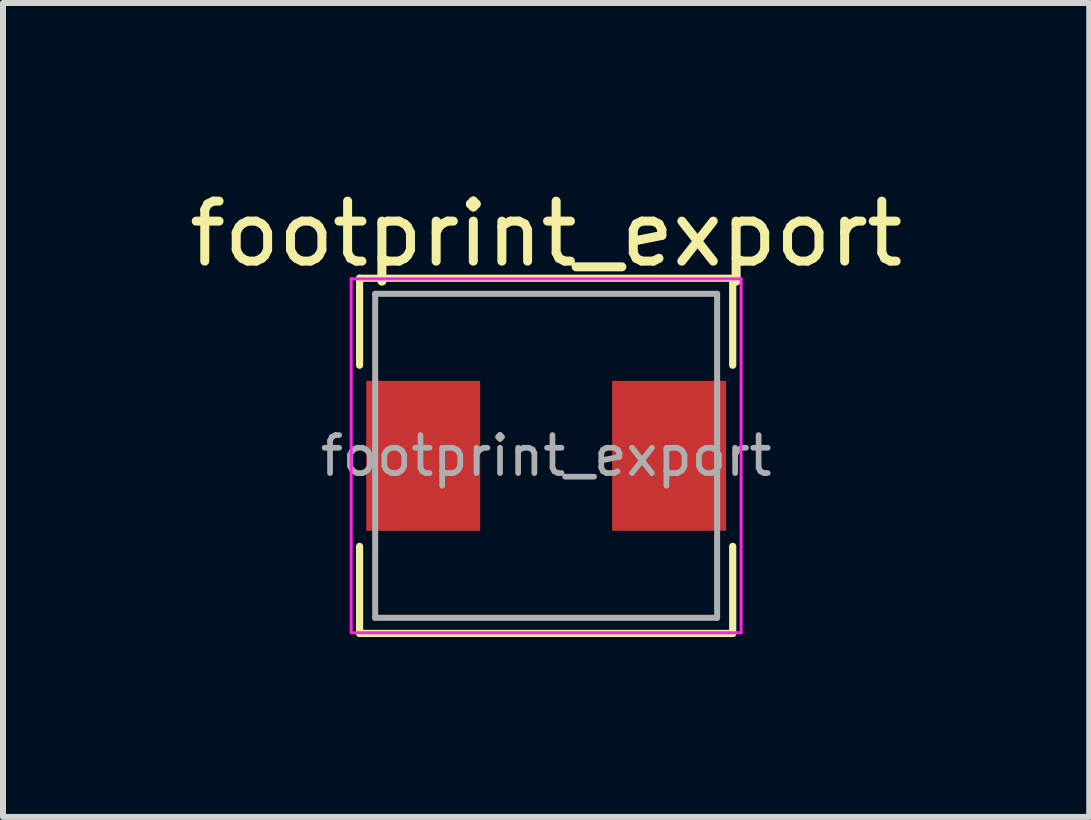
<source format=kicad_pcb>
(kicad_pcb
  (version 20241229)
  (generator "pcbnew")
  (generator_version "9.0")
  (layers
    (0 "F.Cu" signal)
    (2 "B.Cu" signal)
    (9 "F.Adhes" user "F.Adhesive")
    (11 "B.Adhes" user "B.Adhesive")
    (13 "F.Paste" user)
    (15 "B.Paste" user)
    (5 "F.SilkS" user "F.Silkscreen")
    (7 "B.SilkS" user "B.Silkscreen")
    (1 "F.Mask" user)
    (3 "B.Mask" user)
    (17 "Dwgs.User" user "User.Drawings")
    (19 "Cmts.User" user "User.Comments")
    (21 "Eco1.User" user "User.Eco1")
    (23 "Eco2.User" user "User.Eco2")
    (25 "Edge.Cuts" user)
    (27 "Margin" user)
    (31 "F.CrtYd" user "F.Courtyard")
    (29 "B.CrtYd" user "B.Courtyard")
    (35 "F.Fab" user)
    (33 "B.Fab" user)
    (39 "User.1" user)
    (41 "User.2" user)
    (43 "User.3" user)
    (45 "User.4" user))
  (footprint "footprint_export"
    (layer "F.Cu")
    (at 6.054 4.548)
    (property "Reference" "footprint_export" (at 0 -3.7 0) (layer "F.SilkS") (effects (font (size 1 1) (thickness 0.15))))
    (attr smd)
    (fp_line (start -3.11 -2.96) (end -3.11 -1.51) (stroke (width 0.12) (type solid)) (layer "F.SilkS"))
    (fp_line (start -3.11 -2.96) (end 3.11 -2.96) (stroke (width 0.12) (type solid)) (layer "F.SilkS"))
    (fp_line (start -3.11 2.96) (end -3.11 1.51) (stroke (width 0.12) (type solid)) (layer "F.SilkS"))
    (fp_line (start -3.11 2.96) (end 3.11 2.96) (stroke (width 0.12) (type solid)) (layer "F.SilkS"))
    (fp_line (start 3.11 -2.96) (end 3.11 -1.51) (stroke (width 0.12) (type solid)) (layer "F.SilkS"))
    (fp_line (start 3.11 2.96) (end 3.11 1.51) (stroke (width 0.12) (type solid)) (layer "F.SilkS"))
    (fp_line (start -3.25 -2.95) (end -3.25 2.95) (stroke (width 0.05) (type solid)) (layer "F.CrtYd"))
    (fp_line (start -3.25 2.95) (end 3.25 2.95) (stroke (width 0.05) (type solid)) (layer "F.CrtYd"))
    (fp_line (start 3.25 -2.95) (end -3.25 -2.95) (stroke (width 0.05) (type solid)) (layer "F.CrtYd"))
    (fp_line (start 3.25 2.95) (end 3.25 -2.95) (stroke (width 0.05) (type solid)) (layer "F.CrtYd"))
    (fp_line (start -2.85 -2.7) (end -2.85 2.7) (stroke (width 0.1) (type solid)) (layer "F.Fab"))
    (fp_line (start -2.85 2.7) (end 2.85 2.7) (stroke (width 0.1) (type solid)) (layer "F.Fab"))
    (fp_line (start 2.85 -2.7) (end -2.85 -2.7) (stroke (width 0.1) (type solid)) (layer "F.Fab"))
    (fp_line (start 2.85 2.7) (end 2.85 -2.7) (stroke (width 0.1) (type solid)) (layer "F.Fab"))
    (fp_text user "${REFERENCE}" (at 0 0 0) (layer "F.Fab") (effects (font (size 0.633 0.633) (thickness 0.095))))
    (pad "1" smd rect (at -2.05 0) (size 1.9 2.5) (layers "F.Cu" "F.Mask" "F.Paste"))
    (pad "2" smd rect (at 2.05 0) (size 1.9 2.5) (layers "F.Cu" "F.Mask" "F.Paste")))
  (gr_rect
    (start -3 -3)
    (end 15.107 10.568)
    (stroke (width 0.1) (type default))
    (fill no)
    (layer "Edge.Cuts")))
</source>
